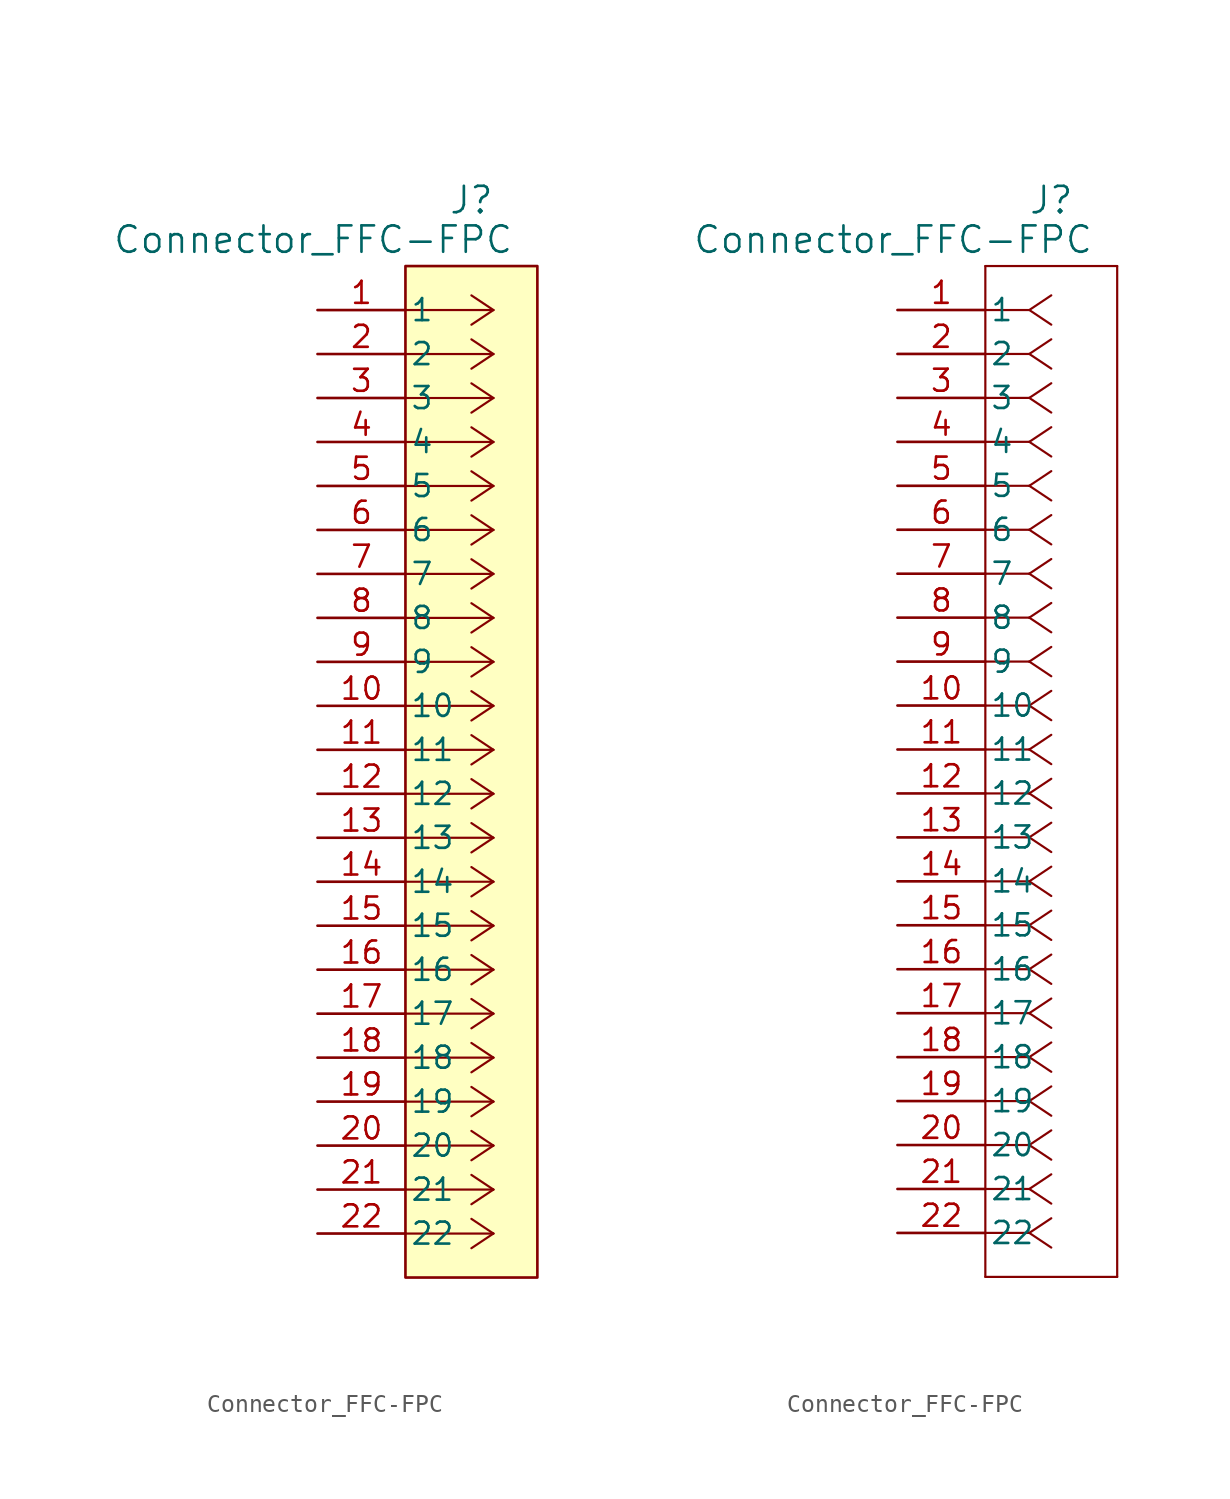
<source format=kicad_sym>
(kicad_symbol_lib
  (version 20241209)
  (generator "kicad_symbol_editor")
  (generator_version "9.0")
  (symbol "Connector_FFC-FPC"
    (pin_names
      (offset 0.254))
    (property "Reference" "J"
      (at 8.89 6.35 0)
      (effects (font (size 1.524 1.524))))
    (property "Value" "Connector_FFC-FPC"
      (at -0.254 4.064 0)
      (effects (font (size 1.524 1.524))))
    (property "ki_locked" ""
      (at 0 0 0)
      (effects (font (size 1.27 1.27))))
    (symbol "Connector_FFC-FPC_1_1"
      (rectangle (start 5.08 2.54) (end 12.7 -55.88) (stroke (width 0) (type solid)) (fill (type color) (color 255 255 194 1)))
      (polyline (pts (xy 10.16 0) (xy 5.08 0)) (stroke (width 0.127) (type default)) (fill (type none)))
      (polyline (pts (xy 10.16 0) (xy 8.89 0.847)) (stroke (width 0.127) (type default)) (fill (type none)))
      (polyline (pts (xy 10.16 0) (xy 8.89 -0.847)) (stroke (width 0.127) (type default)) (fill (type none)))
      (polyline (pts (xy 10.16 -2.54) (xy 5.08 -2.54)) (stroke (width 0.127) (type default)) (fill (type none)))
      (polyline (pts (xy 10.16 -2.54) (xy 8.89 -1.693)) (stroke (width 0.127) (type default)) (fill (type none)))
      (polyline (pts (xy 10.16 -2.54) (xy 8.89 -3.387)) (stroke (width 0.127) (type default)) (fill (type none)))
      (polyline (pts (xy 10.16 -5.08) (xy 5.08 -5.08)) (stroke (width 0.127) (type default)) (fill (type none)))
      (polyline (pts (xy 10.16 -5.08) (xy 8.89 -4.233)) (stroke (width 0.127) (type default)) (fill (type none)))
      (polyline (pts (xy 10.16 -5.08) (xy 8.89 -5.927)) (stroke (width 0.127) (type default)) (fill (type none)))
      (polyline (pts (xy 10.16 -7.62) (xy 5.08 -7.62)) (stroke (width 0.127) (type default)) (fill (type none)))
      (polyline (pts (xy 10.16 -7.62) (xy 8.89 -6.773)) (stroke (width 0.127) (type default)) (fill (type none)))
      (polyline (pts (xy 10.16 -7.62) (xy 8.89 -8.467)) (stroke (width 0.127) (type default)) (fill (type none)))
      (polyline (pts (xy 10.16 -10.16) (xy 5.08 -10.16)) (stroke (width 0.127) (type default)) (fill (type none)))
      (polyline (pts (xy 10.16 -10.16) (xy 8.89 -9.313)) (stroke (width 0.127) (type default)) (fill (type none)))
      (polyline (pts (xy 10.16 -10.16) (xy 8.89 -11.007)) (stroke (width 0.127) (type default)) (fill (type none)))
      (polyline (pts (xy 10.16 -12.7) (xy 5.08 -12.7)) (stroke (width 0.127) (type default)) (fill (type none)))
      (polyline (pts (xy 10.16 -12.7) (xy 8.89 -11.853)) (stroke (width 0.127) (type default)) (fill (type none)))
      (polyline (pts (xy 10.16 -12.7) (xy 8.89 -13.547)) (stroke (width 0.127) (type default)) (fill (type none)))
      (polyline (pts (xy 10.16 -15.24) (xy 5.08 -15.24)) (stroke (width 0.127) (type default)) (fill (type none)))
      (polyline (pts (xy 10.16 -15.24) (xy 8.89 -14.393)) (stroke (width 0.127) (type default)) (fill (type none)))
      (polyline (pts (xy 10.16 -15.24) (xy 8.89 -16.087)) (stroke (width 0.127) (type default)) (fill (type none)))
      (polyline (pts (xy 10.16 -17.78) (xy 5.08 -17.78)) (stroke (width 0.127) (type default)) (fill (type none)))
      (polyline (pts (xy 10.16 -17.78) (xy 8.89 -16.933)) (stroke (width 0.127) (type default)) (fill (type none)))
      (polyline (pts (xy 10.16 -17.78) (xy 8.89 -18.627)) (stroke (width 0.127) (type default)) (fill (type none)))
      (polyline (pts (xy 10.16 -20.32) (xy 5.08 -20.32)) (stroke (width 0.127) (type default)) (fill (type none)))
      (polyline (pts (xy 10.16 -20.32) (xy 8.89 -19.473)) (stroke (width 0.127) (type default)) (fill (type none)))
      (polyline (pts (xy 10.16 -20.32) (xy 8.89 -21.167)) (stroke (width 0.127) (type default)) (fill (type none)))
      (polyline (pts (xy 10.16 -22.86) (xy 5.08 -22.86)) (stroke (width 0.127) (type default)) (fill (type none)))
      (polyline (pts (xy 10.16 -22.86) (xy 8.89 -22.013)) (stroke (width 0.127) (type default)) (fill (type none)))
      (polyline (pts (xy 10.16 -22.86) (xy 8.89 -23.707)) (stroke (width 0.127) (type default)) (fill (type none)))
      (polyline (pts (xy 10.16 -25.4) (xy 5.08 -25.4)) (stroke (width 0.127) (type default)) (fill (type none)))
      (polyline (pts (xy 10.16 -25.4) (xy 8.89 -24.553)) (stroke (width 0.127) (type default)) (fill (type none)))
      (polyline (pts (xy 10.16 -25.4) (xy 8.89 -26.247)) (stroke (width 0.127) (type default)) (fill (type none)))
      (polyline (pts (xy 10.16 -27.94) (xy 5.08 -27.94)) (stroke (width 0.127) (type default)) (fill (type none)))
      (polyline (pts (xy 10.16 -27.94) (xy 8.89 -27.093)) (stroke (width 0.127) (type default)) (fill (type none)))
      (polyline (pts (xy 10.16 -27.94) (xy 8.89 -28.787)) (stroke (width 0.127) (type default)) (fill (type none)))
      (polyline (pts (xy 10.16 -30.48) (xy 5.08 -30.48)) (stroke (width 0.127) (type default)) (fill (type none)))
      (polyline (pts (xy 10.16 -30.48) (xy 8.89 -29.633)) (stroke (width 0.127) (type default)) (fill (type none)))
      (polyline (pts (xy 10.16 -30.48) (xy 8.89 -31.327)) (stroke (width 0.127) (type default)) (fill (type none)))
      (polyline (pts (xy 10.16 -33.02) (xy 5.08 -33.02)) (stroke (width 0.127) (type default)) (fill (type none)))
      (polyline (pts (xy 10.16 -33.02) (xy 8.89 -32.173)) (stroke (width 0.127) (type default)) (fill (type none)))
      (polyline (pts (xy 10.16 -33.02) (xy 8.89 -33.867)) (stroke (width 0.127) (type default)) (fill (type none)))
      (polyline (pts (xy 10.16 -35.56) (xy 5.08 -35.56)) (stroke (width 0.127) (type default)) (fill (type none)))
      (polyline (pts (xy 10.16 -35.56) (xy 8.89 -34.713)) (stroke (width 0.127) (type default)) (fill (type none)))
      (polyline (pts (xy 10.16 -35.56) (xy 8.89 -36.407)) (stroke (width 0.127) (type default)) (fill (type none)))
      (polyline (pts (xy 10.16 -38.1) (xy 5.08 -38.1)) (stroke (width 0.127) (type default)) (fill (type none)))
      (polyline (pts (xy 10.16 -38.1) (xy 8.89 -37.253)) (stroke (width 0.127) (type default)) (fill (type none)))
      (polyline (pts (xy 10.16 -38.1) (xy 8.89 -38.947)) (stroke (width 0.127) (type default)) (fill (type none)))
      (polyline (pts (xy 10.16 -40.64) (xy 5.08 -40.64)) (stroke (width 0.127) (type default)) (fill (type none)))
      (polyline (pts (xy 10.16 -40.64) (xy 8.89 -39.793)) (stroke (width 0.127) (type default)) (fill (type none)))
      (polyline (pts (xy 10.16 -40.64) (xy 8.89 -41.487)) (stroke (width 0.127) (type default)) (fill (type none)))
      (polyline (pts (xy 10.16 -43.18) (xy 5.08 -43.18)) (stroke (width 0.127) (type default)) (fill (type none)))
      (polyline (pts (xy 10.16 -43.18) (xy 8.89 -42.333)) (stroke (width 0.127) (type default)) (fill (type none)))
      (polyline (pts (xy 10.16 -43.18) (xy 8.89 -44.027)) (stroke (width 0.127) (type default)) (fill (type none)))
      (polyline (pts (xy 10.16 -45.72) (xy 5.08 -45.72)) (stroke (width 0.127) (type default)) (fill (type none)))
      (polyline (pts (xy 10.16 -45.72) (xy 8.89 -44.873)) (stroke (width 0.127) (type default)) (fill (type none)))
      (polyline (pts (xy 10.16 -45.72) (xy 8.89 -46.567)) (stroke (width 0.127) (type default)) (fill (type none)))
      (polyline (pts (xy 10.16 -48.26) (xy 5.08 -48.26)) (stroke (width 0.127) (type default)) (fill (type none)))
      (polyline (pts (xy 10.16 -48.26) (xy 8.89 -47.413)) (stroke (width 0.127) (type default)) (fill (type none)))
      (polyline (pts (xy 10.16 -48.26) (xy 8.89 -49.107)) (stroke (width 0.127) (type default)) (fill (type none)))
      (polyline (pts (xy 10.16 -50.8) (xy 5.08 -50.8)) (stroke (width 0.127) (type default)) (fill (type none)))
      (polyline (pts (xy 10.16 -50.8) (xy 8.89 -49.953)) (stroke (width 0.127) (type default)) (fill (type none)))
      (polyline (pts (xy 10.16 -50.8) (xy 8.89 -51.647)) (stroke (width 0.127) (type default)) (fill (type none)))
      (polyline (pts (xy 10.16 -53.34) (xy 5.08 -53.34)) (stroke (width 0.127) (type default)) (fill (type none)))
      (polyline (pts (xy 10.16 -53.34) (xy 8.89 -52.493)) (stroke (width 0.127) (type default)) (fill (type none)))
      (polyline (pts (xy 10.16 -53.34) (xy 8.89 -54.187)) (stroke (width 0.127) (type default)) (fill (type none)))
      (pin unspecified line (at 0 0 0) (length 5.08) (name "1" (effects (font (size 1.27 1.27)))) (number "1" (effects (font (size 1.27 1.27)))))
      (pin unspecified line (at 0 -2.54 0) (length 5.08) (name "2" (effects (font (size 1.27 1.27)))) (number "2" (effects (font (size 1.27 1.27)))))
      (pin unspecified line (at 0 -5.08 0) (length 5.08) (name "3" (effects (font (size 1.27 1.27)))) (number "3" (effects (font (size 1.27 1.27)))))
      (pin unspecified line (at 0 -7.62 0) (length 5.08) (name "4" (effects (font (size 1.27 1.27)))) (number "4" (effects (font (size 1.27 1.27)))))
      (pin unspecified line (at 0 -10.16 0) (length 5.08) (name "5" (effects (font (size 1.27 1.27)))) (number "5" (effects (font (size 1.27 1.27)))))
      (pin unspecified line (at 0 -12.7 0) (length 5.08) (name "6" (effects (font (size 1.27 1.27)))) (number "6" (effects (font (size 1.27 1.27)))))
      (pin unspecified line (at 0 -15.24 0) (length 5.08) (name "7" (effects (font (size 1.27 1.27)))) (number "7" (effects (font (size 1.27 1.27)))))
      (pin unspecified line (at 0 -17.78 0) (length 5.08) (name "8" (effects (font (size 1.27 1.27)))) (number "8" (effects (font (size 1.27 1.27)))))
      (pin unspecified line (at 0 -20.32 0) (length 5.08) (name "9" (effects (font (size 1.27 1.27)))) (number "9" (effects (font (size 1.27 1.27)))))
      (pin unspecified line (at 0 -22.86 0) (length 5.08) (name "10" (effects (font (size 1.27 1.27)))) (number "10" (effects (font (size 1.27 1.27)))))
      (pin unspecified line (at 0 -25.4 0) (length 5.08) (name "11" (effects (font (size 1.27 1.27)))) (number "11" (effects (font (size 1.27 1.27)))))
      (pin unspecified line (at 0 -27.94 0) (length 5.08) (name "12" (effects (font (size 1.27 1.27)))) (number "12" (effects (font (size 1.27 1.27)))))
      (pin unspecified line (at 0 -30.48 0) (length 5.08) (name "13" (effects (font (size 1.27 1.27)))) (number "13" (effects (font (size 1.27 1.27)))))
      (pin unspecified line (at 0 -33.02 0) (length 5.08) (name "14" (effects (font (size 1.27 1.27)))) (number "14" (effects (font (size 1.27 1.27)))))
      (pin unspecified line (at 0 -35.56 0) (length 5.08) (name "15" (effects (font (size 1.27 1.27)))) (number "15" (effects (font (size 1.27 1.27)))))
      (pin unspecified line (at 0 -38.1 0) (length 5.08) (name "16" (effects (font (size 1.27 1.27)))) (number "16" (effects (font (size 1.27 1.27)))))
      (pin unspecified line (at 0 -40.64 0) (length 5.08) (name "17" (effects (font (size 1.27 1.27)))) (number "17" (effects (font (size 1.27 1.27)))))
      (pin unspecified line (at 0 -43.18 0) (length 5.08) (name "18" (effects (font (size 1.27 1.27)))) (number "18" (effects (font (size 1.27 1.27)))))
      (pin unspecified line (at 0 -45.72 0) (length 5.08) (name "19" (effects (font (size 1.27 1.27)))) (number "19" (effects (font (size 1.27 1.27)))))
      (pin unspecified line (at 0 -48.26 0) (length 5.08) (name "20" (effects (font (size 1.27 1.27)))) (number "20" (effects (font (size 1.27 1.27)))))
      (pin unspecified line (at 0 -50.8 0) (length 5.08) (name "21" (effects (font (size 1.27 1.27)))) (number "21" (effects (font (size 1.27 1.27)))))
      (pin unspecified line (at 0 -53.34 0) (length 5.08) (name "22" (effects (font (size 1.27 1.27)))) (number "22" (effects (font (size 1.27 1.27))))))
    (symbol "Connector_FFC-FPC_1_2"
      (polyline (pts (xy 5.08 2.54) (xy 5.08 -55.88)) (stroke (width 0.127) (type default)) (fill (type none)))
      (polyline (pts (xy 5.08 -55.88) (xy 12.7 -55.88)) (stroke (width 0.127) (type default)) (fill (type none)))
      (polyline (pts (xy 7.62 0) (xy 5.08 0)) (stroke (width 0.127) (type default)) (fill (type none)))
      (polyline (pts (xy 7.62 0) (xy 8.89 0.847)) (stroke (width 0.127) (type default)) (fill (type none)))
      (polyline (pts (xy 7.62 0) (xy 8.89 -0.847)) (stroke (width 0.127) (type default)) (fill (type none)))
      (polyline (pts (xy 7.62 -2.54) (xy 5.08 -2.54)) (stroke (width 0.127) (type default)) (fill (type none)))
      (polyline (pts (xy 7.62 -2.54) (xy 8.89 -1.693)) (stroke (width 0.127) (type default)) (fill (type none)))
      (polyline (pts (xy 7.62 -2.54) (xy 8.89 -3.387)) (stroke (width 0.127) (type default)) (fill (type none)))
      (polyline (pts (xy 7.62 -5.08) (xy 5.08 -5.08)) (stroke (width 0.127) (type default)) (fill (type none)))
      (polyline (pts (xy 7.62 -5.08) (xy 8.89 -4.233)) (stroke (width 0.127) (type default)) (fill (type none)))
      (polyline (pts (xy 7.62 -5.08) (xy 8.89 -5.927)) (stroke (width 0.127) (type default)) (fill (type none)))
      (polyline (pts (xy 7.62 -7.62) (xy 5.08 -7.62)) (stroke (width 0.127) (type default)) (fill (type none)))
      (polyline (pts (xy 7.62 -7.62) (xy 8.89 -6.773)) (stroke (width 0.127) (type default)) (fill (type none)))
      (polyline (pts (xy 7.62 -7.62) (xy 8.89 -8.467)) (stroke (width 0.127) (type default)) (fill (type none)))
      (polyline (pts (xy 7.62 -10.16) (xy 5.08 -10.16)) (stroke (width 0.127) (type default)) (fill (type none)))
      (polyline (pts (xy 7.62 -10.16) (xy 8.89 -9.313)) (stroke (width 0.127) (type default)) (fill (type none)))
      (polyline (pts (xy 7.62 -10.16) (xy 8.89 -11.007)) (stroke (width 0.127) (type default)) (fill (type none)))
      (polyline (pts (xy 7.62 -12.7) (xy 5.08 -12.7)) (stroke (width 0.127) (type default)) (fill (type none)))
      (polyline (pts (xy 7.62 -12.7) (xy 8.89 -11.853)) (stroke (width 0.127) (type default)) (fill (type none)))
      (polyline (pts (xy 7.62 -12.7) (xy 8.89 -13.547)) (stroke (width 0.127) (type default)) (fill (type none)))
      (polyline (pts (xy 7.62 -15.24) (xy 5.08 -15.24)) (stroke (width 0.127) (type default)) (fill (type none)))
      (polyline (pts (xy 7.62 -15.24) (xy 8.89 -14.393)) (stroke (width 0.127) (type default)) (fill (type none)))
      (polyline (pts (xy 7.62 -15.24) (xy 8.89 -16.087)) (stroke (width 0.127) (type default)) (fill (type none)))
      (polyline (pts (xy 7.62 -17.78) (xy 5.08 -17.78)) (stroke (width 0.127) (type default)) (fill (type none)))
      (polyline (pts (xy 7.62 -17.78) (xy 8.89 -16.933)) (stroke (width 0.127) (type default)) (fill (type none)))
      (polyline (pts (xy 7.62 -17.78) (xy 8.89 -18.627)) (stroke (width 0.127) (type default)) (fill (type none)))
      (polyline (pts (xy 7.62 -20.32) (xy 5.08 -20.32)) (stroke (width 0.127) (type default)) (fill (type none)))
      (polyline (pts (xy 7.62 -20.32) (xy 8.89 -19.473)) (stroke (width 0.127) (type default)) (fill (type none)))
      (polyline (pts (xy 7.62 -20.32) (xy 8.89 -21.167)) (stroke (width 0.127) (type default)) (fill (type none)))
      (polyline (pts (xy 7.62 -22.86) (xy 5.08 -22.86)) (stroke (width 0.127) (type default)) (fill (type none)))
      (polyline (pts (xy 7.62 -22.86) (xy 8.89 -22.013)) (stroke (width 0.127) (type default)) (fill (type none)))
      (polyline (pts (xy 7.62 -22.86) (xy 8.89 -23.707)) (stroke (width 0.127) (type default)) (fill (type none)))
      (polyline (pts (xy 7.62 -25.4) (xy 5.08 -25.4)) (stroke (width 0.127) (type default)) (fill (type none)))
      (polyline (pts (xy 7.62 -25.4) (xy 8.89 -24.553)) (stroke (width 0.127) (type default)) (fill (type none)))
      (polyline (pts (xy 7.62 -25.4) (xy 8.89 -26.247)) (stroke (width 0.127) (type default)) (fill (type none)))
      (polyline (pts (xy 7.62 -27.94) (xy 5.08 -27.94)) (stroke (width 0.127) (type default)) (fill (type none)))
      (polyline (pts (xy 7.62 -27.94) (xy 8.89 -27.093)) (stroke (width 0.127) (type default)) (fill (type none)))
      (polyline (pts (xy 7.62 -27.94) (xy 8.89 -28.787)) (stroke (width 0.127) (type default)) (fill (type none)))
      (polyline (pts (xy 7.62 -30.48) (xy 5.08 -30.48)) (stroke (width 0.127) (type default)) (fill (type none)))
      (polyline (pts (xy 7.62 -30.48) (xy 8.89 -29.633)) (stroke (width 0.127) (type default)) (fill (type none)))
      (polyline (pts (xy 7.62 -30.48) (xy 8.89 -31.327)) (stroke (width 0.127) (type default)) (fill (type none)))
      (polyline (pts (xy 7.62 -33.02) (xy 5.08 -33.02)) (stroke (width 0.127) (type default)) (fill (type none)))
      (polyline (pts (xy 7.62 -33.02) (xy 8.89 -32.173)) (stroke (width 0.127) (type default)) (fill (type none)))
      (polyline (pts (xy 7.62 -33.02) (xy 8.89 -33.867)) (stroke (width 0.127) (type default)) (fill (type none)))
      (polyline (pts (xy 7.62 -35.56) (xy 5.08 -35.56)) (stroke (width 0.127) (type default)) (fill (type none)))
      (polyline (pts (xy 7.62 -35.56) (xy 8.89 -34.713)) (stroke (width 0.127) (type default)) (fill (type none)))
      (polyline (pts (xy 7.62 -35.56) (xy 8.89 -36.407)) (stroke (width 0.127) (type default)) (fill (type none)))
      (polyline (pts (xy 7.62 -38.1) (xy 5.08 -38.1)) (stroke (width 0.127) (type default)) (fill (type none)))
      (polyline (pts (xy 7.62 -38.1) (xy 8.89 -37.253)) (stroke (width 0.127) (type default)) (fill (type none)))
      (polyline (pts (xy 7.62 -38.1) (xy 8.89 -38.947)) (stroke (width 0.127) (type default)) (fill (type none)))
      (polyline (pts (xy 7.62 -40.64) (xy 5.08 -40.64)) (stroke (width 0.127) (type default)) (fill (type none)))
      (polyline (pts (xy 7.62 -40.64) (xy 8.89 -39.793)) (stroke (width 0.127) (type default)) (fill (type none)))
      (polyline (pts (xy 7.62 -40.64) (xy 8.89 -41.487)) (stroke (width 0.127) (type default)) (fill (type none)))
      (polyline (pts (xy 7.62 -43.18) (xy 5.08 -43.18)) (stroke (width 0.127) (type default)) (fill (type none)))
      (polyline (pts (xy 7.62 -43.18) (xy 8.89 -42.333)) (stroke (width 0.127) (type default)) (fill (type none)))
      (polyline (pts (xy 7.62 -43.18) (xy 8.89 -44.027)) (stroke (width 0.127) (type default)) (fill (type none)))
      (polyline (pts (xy 7.62 -45.72) (xy 5.08 -45.72)) (stroke (width 0.127) (type default)) (fill (type none)))
      (polyline (pts (xy 7.62 -45.72) (xy 8.89 -44.873)) (stroke (width 0.127) (type default)) (fill (type none)))
      (polyline (pts (xy 7.62 -45.72) (xy 8.89 -46.567)) (stroke (width 0.127) (type default)) (fill (type none)))
      (polyline (pts (xy 7.62 -48.26) (xy 5.08 -48.26)) (stroke (width 0.127) (type default)) (fill (type none)))
      (polyline (pts (xy 7.62 -48.26) (xy 8.89 -47.413)) (stroke (width 0.127) (type default)) (fill (type none)))
      (polyline (pts (xy 7.62 -48.26) (xy 8.89 -49.107)) (stroke (width 0.127) (type default)) (fill (type none)))
      (polyline (pts (xy 7.62 -50.8) (xy 5.08 -50.8)) (stroke (width 0.127) (type default)) (fill (type none)))
      (polyline (pts (xy 7.62 -50.8) (xy 8.89 -49.953)) (stroke (width 0.127) (type default)) (fill (type none)))
      (polyline (pts (xy 7.62 -50.8) (xy 8.89 -51.647)) (stroke (width 0.127) (type default)) (fill (type none)))
      (polyline (pts (xy 7.62 -53.34) (xy 5.08 -53.34)) (stroke (width 0.127) (type default)) (fill (type none)))
      (polyline (pts (xy 7.62 -53.34) (xy 8.89 -52.493)) (stroke (width 0.127) (type default)) (fill (type none)))
      (polyline (pts (xy 7.62 -53.34) (xy 8.89 -54.187)) (stroke (width 0.127) (type default)) (fill (type none)))
      (polyline (pts (xy 12.7 2.54) (xy 5.08 2.54)) (stroke (width 0.127) (type default)) (fill (type none)))
      (polyline (pts (xy 12.7 -55.88) (xy 12.7 2.54)) (stroke (width 0.127) (type default)) (fill (type none)))
      (pin unspecified line (at 0 0 0) (length 5.08) (name "1" (effects (font (size 1.27 1.27)))) (number "1" (effects (font (size 1.27 1.27)))))
      (pin unspecified line (at 0 -2.54 0) (length 5.08) (name "2" (effects (font (size 1.27 1.27)))) (number "2" (effects (font (size 1.27 1.27)))))
      (pin unspecified line (at 0 -5.08 0) (length 5.08) (name "3" (effects (font (size 1.27 1.27)))) (number "3" (effects (font (size 1.27 1.27)))))
      (pin unspecified line (at 0 -7.62 0) (length 5.08) (name "4" (effects (font (size 1.27 1.27)))) (number "4" (effects (font (size 1.27 1.27)))))
      (pin unspecified line (at 0 -10.16 0) (length 5.08) (name "5" (effects (font (size 1.27 1.27)))) (number "5" (effects (font (size 1.27 1.27)))))
      (pin unspecified line (at 0 -12.7 0) (length 5.08) (name "6" (effects (font (size 1.27 1.27)))) (number "6" (effects (font (size 1.27 1.27)))))
      (pin unspecified line (at 0 -15.24 0) (length 5.08) (name "7" (effects (font (size 1.27 1.27)))) (number "7" (effects (font (size 1.27 1.27)))))
      (pin unspecified line (at 0 -17.78 0) (length 5.08) (name "8" (effects (font (size 1.27 1.27)))) (number "8" (effects (font (size 1.27 1.27)))))
      (pin unspecified line (at 0 -20.32 0) (length 5.08) (name "9" (effects (font (size 1.27 1.27)))) (number "9" (effects (font (size 1.27 1.27)))))
      (pin unspecified line (at 0 -22.86 0) (length 5.08) (name "10" (effects (font (size 1.27 1.27)))) (number "10" (effects (font (size 1.27 1.27)))))
      (pin unspecified line (at 0 -25.4 0) (length 5.08) (name "11" (effects (font (size 1.27 1.27)))) (number "11" (effects (font (size 1.27 1.27)))))
      (pin unspecified line (at 0 -27.94 0) (length 5.08) (name "12" (effects (font (size 1.27 1.27)))) (number "12" (effects (font (size 1.27 1.27)))))
      (pin unspecified line (at 0 -30.48 0) (length 5.08) (name "13" (effects (font (size 1.27 1.27)))) (number "13" (effects (font (size 1.27 1.27)))))
      (pin unspecified line (at 0 -33.02 0) (length 5.08) (name "14" (effects (font (size 1.27 1.27)))) (number "14" (effects (font (size 1.27 1.27)))))
      (pin unspecified line (at 0 -35.56 0) (length 5.08) (name "15" (effects (font (size 1.27 1.27)))) (number "15" (effects (font (size 1.27 1.27)))))
      (pin unspecified line (at 0 -38.1 0) (length 5.08) (name "16" (effects (font (size 1.27 1.27)))) (number "16" (effects (font (size 1.27 1.27)))))
      (pin unspecified line (at 0 -40.64 0) (length 5.08) (name "17" (effects (font (size 1.27 1.27)))) (number "17" (effects (font (size 1.27 1.27)))))
      (pin unspecified line (at 0 -43.18 0) (length 5.08) (name "18" (effects (font (size 1.27 1.27)))) (number "18" (effects (font (size 1.27 1.27)))))
      (pin unspecified line (at 0 -45.72 0) (length 5.08) (name "19" (effects (font (size 1.27 1.27)))) (number "19" (effects (font (size 1.27 1.27)))))
      (pin unspecified line (at 0 -48.26 0) (length 5.08) (name "20" (effects (font (size 1.27 1.27)))) (number "20" (effects (font (size 1.27 1.27)))))
      (pin unspecified line (at 0 -50.8 0) (length 5.08) (name "21" (effects (font (size 1.27 1.27)))) (number "21" (effects (font (size 1.27 1.27)))))
      (pin unspecified line (at 0 -53.34 0) (length 5.08) (name "22" (effects (font (size 1.27 1.27)))) (number "22" (effects (font (size 1.27 1.27))))))))
</source>
